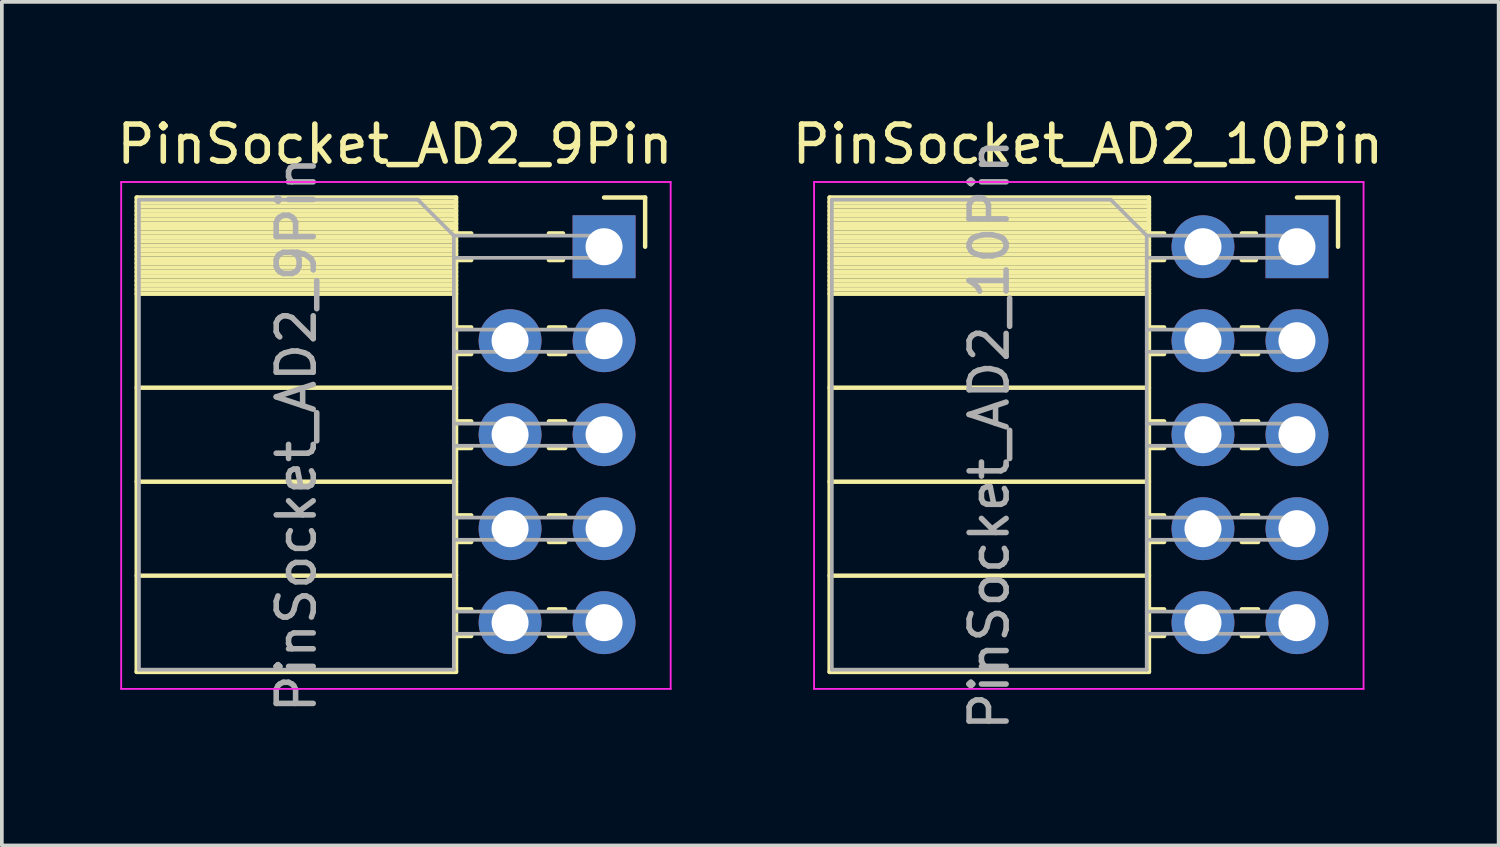
<source format=kicad_pcb>
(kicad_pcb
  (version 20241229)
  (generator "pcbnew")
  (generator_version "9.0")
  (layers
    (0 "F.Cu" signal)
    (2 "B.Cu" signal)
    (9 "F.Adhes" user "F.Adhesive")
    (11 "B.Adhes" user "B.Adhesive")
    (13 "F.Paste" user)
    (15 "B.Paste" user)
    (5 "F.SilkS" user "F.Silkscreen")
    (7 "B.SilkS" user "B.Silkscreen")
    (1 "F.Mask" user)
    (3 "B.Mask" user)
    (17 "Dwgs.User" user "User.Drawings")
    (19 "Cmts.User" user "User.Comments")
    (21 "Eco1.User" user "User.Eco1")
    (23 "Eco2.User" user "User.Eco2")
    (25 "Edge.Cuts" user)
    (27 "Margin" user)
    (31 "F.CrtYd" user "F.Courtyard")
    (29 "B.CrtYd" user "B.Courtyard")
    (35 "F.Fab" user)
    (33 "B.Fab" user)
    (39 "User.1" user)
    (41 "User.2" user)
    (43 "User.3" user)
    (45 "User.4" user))
  (footprint "PinSocket_AD2_10Pin"
    (layer "F.Cu")
    (at 32.001 3.618)
    (property "Reference" "PinSocket_AD2_10Pin" (at -5.65 -2.77 0) (layer "F.SilkS") (effects (font (size 1 1) (thickness 0.15))))
    (attr through_hole)
    (fp_line (start -12.63 -1.33) (end -12.63 11.49) (stroke (width 0.12) (type solid)) (layer "F.SilkS"))
    (fp_line (start -12.63 -1.33) (end -4 -1.33) (stroke (width 0.12) (type solid)) (layer "F.SilkS"))
    (fp_line (start -12.63 -1.21) (end -4 -1.21) (stroke (width 0.12) (type solid)) (layer "F.SilkS"))
    (fp_line (start -12.63 -1.092) (end -4 -1.092) (stroke (width 0.12) (type solid)) (layer "F.SilkS"))
    (fp_line (start -12.63 -0.974) (end -4 -0.974) (stroke (width 0.12) (type solid)) (layer "F.SilkS"))
    (fp_line (start -12.63 -0.856) (end -4 -0.856) (stroke (width 0.12) (type solid)) (layer "F.SilkS"))
    (fp_line (start -12.63 -0.738) (end -4 -0.738) (stroke (width 0.12) (type solid)) (layer "F.SilkS"))
    (fp_line (start -12.63 -0.62) (end -4 -0.62) (stroke (width 0.12) (type solid)) (layer "F.SilkS"))
    (fp_line (start -12.63 -0.501) (end -4 -0.501) (stroke (width 0.12) (type solid)) (layer "F.SilkS"))
    (fp_line (start -12.63 -0.383) (end -4 -0.383) (stroke (width 0.12) (type solid)) (layer "F.SilkS"))
    (fp_line (start -12.63 -0.265) (end -4 -0.265) (stroke (width 0.12) (type solid)) (layer "F.SilkS"))
    (fp_line (start -12.63 -0.147) (end -4 -0.147) (stroke (width 0.12) (type solid)) (layer "F.SilkS"))
    (fp_line (start -12.63 -0.029) (end -4 -0.029) (stroke (width 0.12) (type solid)) (layer "F.SilkS"))
    (fp_line (start -12.63 0.089) (end -4 0.089) (stroke (width 0.12) (type solid)) (layer "F.SilkS"))
    (fp_line (start -12.63 0.207) (end -4 0.207) (stroke (width 0.12) (type solid)) (layer "F.SilkS"))
    (fp_line (start -12.63 0.325) (end -4 0.325) (stroke (width 0.12) (type solid)) (layer "F.SilkS"))
    (fp_line (start -12.63 0.443) (end -4 0.443) (stroke (width 0.12) (type solid)) (layer "F.SilkS"))
    (fp_line (start -12.63 0.561) (end -4 0.561) (stroke (width 0.12) (type solid)) (layer "F.SilkS"))
    (fp_line (start -12.63 0.68) (end -4 0.68) (stroke (width 0.12) (type solid)) (layer "F.SilkS"))
    (fp_line (start -12.63 0.798) (end -4 0.798) (stroke (width 0.12) (type solid)) (layer "F.SilkS"))
    (fp_line (start -12.63 0.916) (end -4 0.916) (stroke (width 0.12) (type solid)) (layer "F.SilkS"))
    (fp_line (start -12.63 1.034) (end -4 1.034) (stroke (width 0.12) (type solid)) (layer "F.SilkS"))
    (fp_line (start -12.63 1.152) (end -4 1.152) (stroke (width 0.12) (type solid)) (layer "F.SilkS"))
    (fp_line (start -12.63 1.27) (end -4 1.27) (stroke (width 0.12) (type solid)) (layer "F.SilkS"))
    (fp_line (start -12.63 3.81) (end -4 3.81) (stroke (width 0.12) (type solid)) (layer "F.SilkS"))
    (fp_line (start -12.63 6.35) (end -4 6.35) (stroke (width 0.12) (type solid)) (layer "F.SilkS"))
    (fp_line (start -12.63 8.89) (end -4 8.89) (stroke (width 0.12) (type solid)) (layer "F.SilkS"))
    (fp_line (start -12.63 11.49) (end -4 11.49) (stroke (width 0.12) (type solid)) (layer "F.SilkS"))
    (fp_line (start -4 -1.33) (end -4 11.49) (stroke (width 0.12) (type solid)) (layer "F.SilkS"))
    (fp_line (start -4 -0.36) (end -3.59 -0.36) (stroke (width 0.12) (type solid)) (layer "F.SilkS"))
    (fp_line (start -4 0.36) (end -3.59 0.36) (stroke (width 0.12) (type solid)) (layer "F.SilkS"))
    (fp_line (start -4 2.18) (end -3.59 2.18) (stroke (width 0.12) (type solid)) (layer "F.SilkS"))
    (fp_line (start -4 2.9) (end -3.59 2.9) (stroke (width 0.12) (type solid)) (layer "F.SilkS"))
    (fp_line (start -4 4.72) (end -3.59 4.72) (stroke (width 0.12) (type solid)) (layer "F.SilkS"))
    (fp_line (start -4 5.44) (end -3.59 5.44) (stroke (width 0.12) (type solid)) (layer "F.SilkS"))
    (fp_line (start -4 7.26) (end -3.59 7.26) (stroke (width 0.12) (type solid)) (layer "F.SilkS"))
    (fp_line (start -4 7.98) (end -3.59 7.98) (stroke (width 0.12) (type solid)) (layer "F.SilkS"))
    (fp_line (start -4 9.8) (end -3.59 9.8) (stroke (width 0.12) (type solid)) (layer "F.SilkS"))
    (fp_line (start -4 10.52) (end -3.59 10.52) (stroke (width 0.12) (type solid)) (layer "F.SilkS"))
    (fp_line (start -1.49 -0.36) (end -1.11 -0.36) (stroke (width 0.12) (type solid)) (layer "F.SilkS"))
    (fp_line (start -1.49 0.36) (end -1.11 0.36) (stroke (width 0.12) (type solid)) (layer "F.SilkS"))
    (fp_line (start -1.49 2.18) (end -1.05 2.18) (stroke (width 0.12) (type solid)) (layer "F.SilkS"))
    (fp_line (start -1.49 2.9) (end -1.05 2.9) (stroke (width 0.12) (type solid)) (layer "F.SilkS"))
    (fp_line (start -1.49 4.72) (end -1.05 4.72) (stroke (width 0.12) (type solid)) (layer "F.SilkS"))
    (fp_line (start -1.49 5.44) (end -1.05 5.44) (stroke (width 0.12) (type solid)) (layer "F.SilkS"))
    (fp_line (start -1.49 7.26) (end -1.05 7.26) (stroke (width 0.12) (type solid)) (layer "F.SilkS"))
    (fp_line (start -1.49 7.98) (end -1.05 7.98) (stroke (width 0.12) (type solid)) (layer "F.SilkS"))
    (fp_line (start -1.49 9.8) (end -1.05 9.8) (stroke (width 0.12) (type solid)) (layer "F.SilkS"))
    (fp_line (start -1.49 10.52) (end -1.05 10.52) (stroke (width 0.12) (type solid)) (layer "F.SilkS"))
    (fp_line (start 0 -1.33) (end 1.11 -1.33) (stroke (width 0.12) (type solid)) (layer "F.SilkS"))
    (fp_line (start 1.11 -1.33) (end 1.11 0) (stroke (width 0.12) (type solid)) (layer "F.SilkS"))
    (fp_line (start -13.05 -1.75) (end -13.05 11.95) (stroke (width 0.05) (type solid)) (layer "F.CrtYd"))
    (fp_line (start -13.05 11.95) (end 1.8 11.95) (stroke (width 0.05) (type solid)) (layer "F.CrtYd"))
    (fp_line (start 1.8 -1.75) (end -13.05 -1.75) (stroke (width 0.05) (type solid)) (layer "F.CrtYd"))
    (fp_line (start 1.8 11.95) (end 1.8 -1.75) (stroke (width 0.05) (type solid)) (layer "F.CrtYd"))
    (fp_line (start -12.57 -1.27) (end -5.03 -1.27) (stroke (width 0.1) (type solid)) (layer "F.Fab"))
    (fp_line (start -12.57 11.43) (end -12.57 -1.27) (stroke (width 0.1) (type solid)) (layer "F.Fab"))
    (fp_line (start -5.03 -1.27) (end -4.06 -0.3) (stroke (width 0.1) (type solid)) (layer "F.Fab"))
    (fp_line (start -4.06 -0.3) (end -4.06 11.43) (stroke (width 0.1) (type solid)) (layer "F.Fab"))
    (fp_line (start -4.06 0.3) (end 0 0.3) (stroke (width 0.1) (type solid)) (layer "F.Fab"))
    (fp_line (start -4.06 2.84) (end 0 2.84) (stroke (width 0.1) (type solid)) (layer "F.Fab"))
    (fp_line (start -4.06 5.38) (end 0 5.38) (stroke (width 0.1) (type solid)) (layer "F.Fab"))
    (fp_line (start -4.06 7.92) (end 0 7.92) (stroke (width 0.1) (type solid)) (layer "F.Fab"))
    (fp_line (start -4.06 10.46) (end 0 10.46) (stroke (width 0.1) (type solid)) (layer "F.Fab"))
    (fp_line (start -4.06 11.43) (end -12.57 11.43) (stroke (width 0.1) (type solid)) (layer "F.Fab"))
    (fp_line (start 0 -0.3) (end -4.06 -0.3) (stroke (width 0.1) (type solid)) (layer "F.Fab"))
    (fp_line (start 0 0.3) (end 0 -0.3) (stroke (width 0.1) (type solid)) (layer "F.Fab"))
    (fp_line (start 0 2.24) (end -4.06 2.24) (stroke (width 0.1) (type solid)) (layer "F.Fab"))
    (fp_line (start 0 2.84) (end 0 2.24) (stroke (width 0.1) (type solid)) (layer "F.Fab"))
    (fp_line (start 0 4.78) (end -4.06 4.78) (stroke (width 0.1) (type solid)) (layer "F.Fab"))
    (fp_line (start 0 5.38) (end 0 4.78) (stroke (width 0.1) (type solid)) (layer "F.Fab"))
    (fp_line (start 0 7.32) (end -4.06 7.32) (stroke (width 0.1) (type solid)) (layer "F.Fab"))
    (fp_line (start 0 7.92) (end 0 7.32) (stroke (width 0.1) (type solid)) (layer "F.Fab"))
    (fp_line (start 0 9.86) (end -4.06 9.86) (stroke (width 0.1) (type solid)) (layer "F.Fab"))
    (fp_line (start 0 10.46) (end 0 9.86) (stroke (width 0.1) (type solid)) (layer "F.Fab"))
    (fp_text user "${REFERENCE}" (at -8.315 5.08 90) (layer "F.Fab") (effects (font (size 1 1) (thickness 0.15))))
    (pad "1a" thru_hole oval (at -2.54 10.16) (size 1.7 1.7) (drill 1) (layers "*.Cu" "*.Mask"))
    (pad "1b" thru_hole oval (at 0 10.16) (size 1.7 1.7) (drill 1) (layers "*.Cu" "*.Mask"))
    (pad "2a" thru_hole oval (at -2.54 7.62) (size 1.7 1.7) (drill 1) (layers "*.Cu" "*.Mask"))
    (pad "2b" thru_hole oval (at 0 7.62) (size 1.7 1.7) (drill 1) (layers "*.Cu" "*.Mask"))
    (pad "3a" thru_hole oval (at -2.54 5.08) (size 1.7 1.7) (drill 1) (layers "*.Cu" "*.Mask"))
    (pad "3b" thru_hole oval (at 0 5.08) (size 1.7 1.7) (drill 1) (layers "*.Cu" "*.Mask"))
    (pad "4a" thru_hole oval (at -2.54 2.54) (size 1.7 1.7) (drill 1) (layers "*.Cu" "*.Mask"))
    (pad "4b" thru_hole oval (at 0 2.54) (size 1.7 1.7) (drill 1) (layers "*.Cu" "*.Mask"))
    (pad "5a" thru_hole oval (at -2.54 0) (size 1.7 1.7) (drill 1) (layers "*.Cu" "*.Mask"))
    (pad "5b" thru_hole rect (at 0 0) (size 1.7 1.7) (drill 1) (layers "*.Cu" "*.Mask")))
  (footprint "PinSocket_AD2_9Pin"
    (layer "F.Cu")
    (at 13.275 3.618)
    (property "Reference" "PinSocket_AD2_9Pin" (at -5.65 -2.77 0) (layer "F.SilkS") (effects (font (size 1 1) (thickness 0.15))))
    (attr through_hole)
    (fp_line (start -12.63 -1.33) (end -12.63 11.49) (stroke (width 0.12) (type solid)) (layer "F.SilkS"))
    (fp_line (start -12.63 -1.33) (end -4 -1.33) (stroke (width 0.12) (type solid)) (layer "F.SilkS"))
    (fp_line (start -12.63 -1.21) (end -4 -1.21) (stroke (width 0.12) (type solid)) (layer "F.SilkS"))
    (fp_line (start -12.63 -1.092) (end -4 -1.092) (stroke (width 0.12) (type solid)) (layer "F.SilkS"))
    (fp_line (start -12.63 -0.974) (end -4 -0.974) (stroke (width 0.12) (type solid)) (layer "F.SilkS"))
    (fp_line (start -12.63 -0.856) (end -4 -0.856) (stroke (width 0.12) (type solid)) (layer "F.SilkS"))
    (fp_line (start -12.63 -0.738) (end -4 -0.738) (stroke (width 0.12) (type solid)) (layer "F.SilkS"))
    (fp_line (start -12.63 -0.62) (end -4 -0.62) (stroke (width 0.12) (type solid)) (layer "F.SilkS"))
    (fp_line (start -12.63 -0.501) (end -4 -0.501) (stroke (width 0.12) (type solid)) (layer "F.SilkS"))
    (fp_line (start -12.63 -0.383) (end -4 -0.383) (stroke (width 0.12) (type solid)) (layer "F.SilkS"))
    (fp_line (start -12.63 -0.265) (end -4 -0.265) (stroke (width 0.12) (type solid)) (layer "F.SilkS"))
    (fp_line (start -12.63 -0.147) (end -4 -0.147) (stroke (width 0.12) (type solid)) (layer "F.SilkS"))
    (fp_line (start -12.63 -0.029) (end -4 -0.029) (stroke (width 0.12) (type solid)) (layer "F.SilkS"))
    (fp_line (start -12.63 0.089) (end -4 0.089) (stroke (width 0.12) (type solid)) (layer "F.SilkS"))
    (fp_line (start -12.63 0.207) (end -4 0.207) (stroke (width 0.12) (type solid)) (layer "F.SilkS"))
    (fp_line (start -12.63 0.325) (end -4 0.325) (stroke (width 0.12) (type solid)) (layer "F.SilkS"))
    (fp_line (start -12.63 0.443) (end -4 0.443) (stroke (width 0.12) (type solid)) (layer "F.SilkS"))
    (fp_line (start -12.63 0.561) (end -4 0.561) (stroke (width 0.12) (type solid)) (layer "F.SilkS"))
    (fp_line (start -12.63 0.68) (end -4 0.68) (stroke (width 0.12) (type solid)) (layer "F.SilkS"))
    (fp_line (start -12.63 0.798) (end -4 0.798) (stroke (width 0.12) (type solid)) (layer "F.SilkS"))
    (fp_line (start -12.63 0.916) (end -4 0.916) (stroke (width 0.12) (type solid)) (layer "F.SilkS"))
    (fp_line (start -12.63 1.034) (end -4 1.034) (stroke (width 0.12) (type solid)) (layer "F.SilkS"))
    (fp_line (start -12.63 1.152) (end -4 1.152) (stroke (width 0.12) (type solid)) (layer "F.SilkS"))
    (fp_line (start -12.63 1.27) (end -4 1.27) (stroke (width 0.12) (type solid)) (layer "F.SilkS"))
    (fp_line (start -12.63 3.81) (end -4 3.81) (stroke (width 0.12) (type solid)) (layer "F.SilkS"))
    (fp_line (start -12.63 6.35) (end -4 6.35) (stroke (width 0.12) (type solid)) (layer "F.SilkS"))
    (fp_line (start -12.63 8.89) (end -4 8.89) (stroke (width 0.12) (type solid)) (layer "F.SilkS"))
    (fp_line (start -12.63 11.49) (end -4 11.49) (stroke (width 0.12) (type solid)) (layer "F.SilkS"))
    (fp_line (start -4 -1.33) (end -4 11.49) (stroke (width 0.12) (type solid)) (layer "F.SilkS"))
    (fp_line (start -4 -0.36) (end -3.59 -0.36) (stroke (width 0.12) (type solid)) (layer "F.SilkS"))
    (fp_line (start -4 0.36) (end -3.59 0.36) (stroke (width 0.12) (type solid)) (layer "F.SilkS"))
    (fp_line (start -4 2.18) (end -3.59 2.18) (stroke (width 0.12) (type solid)) (layer "F.SilkS"))
    (fp_line (start -4 2.9) (end -3.59 2.9) (stroke (width 0.12) (type solid)) (layer "F.SilkS"))
    (fp_line (start -4 4.72) (end -3.59 4.72) (stroke (width 0.12) (type solid)) (layer "F.SilkS"))
    (fp_line (start -4 5.44) (end -3.59 5.44) (stroke (width 0.12) (type solid)) (layer "F.SilkS"))
    (fp_line (start -4 7.26) (end -3.59 7.26) (stroke (width 0.12) (type solid)) (layer "F.SilkS"))
    (fp_line (start -4 7.98) (end -3.59 7.98) (stroke (width 0.12) (type solid)) (layer "F.SilkS"))
    (fp_line (start -4 9.8) (end -3.59 9.8) (stroke (width 0.12) (type solid)) (layer "F.SilkS"))
    (fp_line (start -4 10.52) (end -3.59 10.52) (stroke (width 0.12) (type solid)) (layer "F.SilkS"))
    (fp_line (start -1.49 -0.36) (end -1.11 -0.36) (stroke (width 0.12) (type solid)) (layer "F.SilkS"))
    (fp_line (start -1.49 0.36) (end -1.11 0.36) (stroke (width 0.12) (type solid)) (layer "F.SilkS"))
    (fp_line (start -1.49 2.18) (end -1.05 2.18) (stroke (width 0.12) (type solid)) (layer "F.SilkS"))
    (fp_line (start -1.49 2.9) (end -1.05 2.9) (stroke (width 0.12) (type solid)) (layer "F.SilkS"))
    (fp_line (start -1.49 4.72) (end -1.05 4.72) (stroke (width 0.12) (type solid)) (layer "F.SilkS"))
    (fp_line (start -1.49 5.44) (end -1.05 5.44) (stroke (width 0.12) (type solid)) (layer "F.SilkS"))
    (fp_line (start -1.49 7.26) (end -1.05 7.26) (stroke (width 0.12) (type solid)) (layer "F.SilkS"))
    (fp_line (start -1.49 7.98) (end -1.05 7.98) (stroke (width 0.12) (type solid)) (layer "F.SilkS"))
    (fp_line (start -1.49 9.8) (end -1.05 9.8) (stroke (width 0.12) (type solid)) (layer "F.SilkS"))
    (fp_line (start -1.49 10.52) (end -1.05 10.52) (stroke (width 0.12) (type solid)) (layer "F.SilkS"))
    (fp_line (start 0 -1.33) (end 1.11 -1.33) (stroke (width 0.12) (type solid)) (layer "F.SilkS"))
    (fp_line (start 1.11 -1.33) (end 1.11 0) (stroke (width 0.12) (type solid)) (layer "F.SilkS"))
    (fp_line (start -13.05 -1.75) (end -13.05 11.95) (stroke (width 0.05) (type solid)) (layer "F.CrtYd"))
    (fp_line (start -13.05 11.95) (end 1.8 11.95) (stroke (width 0.05) (type solid)) (layer "F.CrtYd"))
    (fp_line (start 1.8 -1.75) (end -13.05 -1.75) (stroke (width 0.05) (type solid)) (layer "F.CrtYd"))
    (fp_line (start 1.8 11.95) (end 1.8 -1.75) (stroke (width 0.05) (type solid)) (layer "F.CrtYd"))
    (fp_line (start -12.57 -1.27) (end -5.03 -1.27) (stroke (width 0.1) (type solid)) (layer "F.Fab"))
    (fp_line (start -12.57 11.43) (end -12.57 -1.27) (stroke (width 0.1) (type solid)) (layer "F.Fab"))
    (fp_line (start -5.03 -1.27) (end -4.06 -0.3) (stroke (width 0.1) (type solid)) (layer "F.Fab"))
    (fp_line (start -4.06 -0.3) (end -4.06 11.43) (stroke (width 0.1) (type solid)) (layer "F.Fab"))
    (fp_line (start -4.06 0.3) (end 0 0.3) (stroke (width 0.1) (type solid)) (layer "F.Fab"))
    (fp_line (start -4.06 2.84) (end 0 2.84) (stroke (width 0.1) (type solid)) (layer "F.Fab"))
    (fp_line (start -4.06 5.38) (end 0 5.38) (stroke (width 0.1) (type solid)) (layer "F.Fab"))
    (fp_line (start -4.06 7.92) (end 0 7.92) (stroke (width 0.1) (type solid)) (layer "F.Fab"))
    (fp_line (start -4.06 10.46) (end 0 10.46) (stroke (width 0.1) (type solid)) (layer "F.Fab"))
    (fp_line (start -4.06 11.43) (end -12.57 11.43) (stroke (width 0.1) (type solid)) (layer "F.Fab"))
    (fp_line (start 0 -0.3) (end -4.06 -0.3) (stroke (width 0.1) (type solid)) (layer "F.Fab"))
    (fp_line (start 0 0.3) (end 0 -0.3) (stroke (width 0.1) (type solid)) (layer "F.Fab"))
    (fp_line (start 0 2.24) (end -4.06 2.24) (stroke (width 0.1) (type solid)) (layer "F.Fab"))
    (fp_line (start 0 2.84) (end 0 2.24) (stroke (width 0.1) (type solid)) (layer "F.Fab"))
    (fp_line (start 0 4.78) (end -4.06 4.78) (stroke (width 0.1) (type solid)) (layer "F.Fab"))
    (fp_line (start 0 5.38) (end 0 4.78) (stroke (width 0.1) (type solid)) (layer "F.Fab"))
    (fp_line (start 0 7.32) (end -4.06 7.32) (stroke (width 0.1) (type solid)) (layer "F.Fab"))
    (fp_line (start 0 7.92) (end 0 7.32) (stroke (width 0.1) (type solid)) (layer "F.Fab"))
    (fp_line (start 0 9.86) (end -4.06 9.86) (stroke (width 0.1) (type solid)) (layer "F.Fab"))
    (fp_line (start 0 10.46) (end 0 9.86) (stroke (width 0.1) (type solid)) (layer "F.Fab"))
    (fp_text user "${REFERENCE}" (at -8.315 5.08 90) (layer "F.Fab") (effects (font (size 1 1) (thickness 0.15))))
    (pad "1a" thru_hole oval (at -2.54 10.16) (size 1.7 1.7) (drill 1) (layers "*.Cu" "*.Mask"))
    (pad "1b" thru_hole oval (at 0 10.16) (size 1.7 1.7) (drill 1) (layers "*.Cu" "*.Mask"))
    (pad "2a" thru_hole oval (at -2.54 7.62) (size 1.7 1.7) (drill 1) (layers "*.Cu" "*.Mask"))
    (pad "2b" thru_hole oval (at 0 7.62) (size 1.7 1.7) (drill 1) (layers "*.Cu" "*.Mask"))
    (pad "3a" thru_hole oval (at -2.54 5.08) (size 1.7 1.7) (drill 1) (layers "*.Cu" "*.Mask"))
    (pad "3b" thru_hole oval (at 0 5.08) (size 1.7 1.7) (drill 1) (layers "*.Cu" "*.Mask"))
    (pad "4a" thru_hole oval (at -2.54 2.54) (size 1.7 1.7) (drill 1) (layers "*.Cu" "*.Mask"))
    (pad "4b" thru_hole oval (at 0 2.54) (size 1.7 1.7) (drill 1) (layers "*.Cu" "*.Mask"))
    (pad "5b" thru_hole rect (at 0 0) (size 1.7 1.7) (drill 1) (layers "*.Cu" "*.Mask")))
  (gr_rect
    (start -3 -3)
    (end 37.452 19.799)
    (stroke (width 0.1) (type default))
    (fill no)
    (layer "Edge.Cuts")))
</source>
